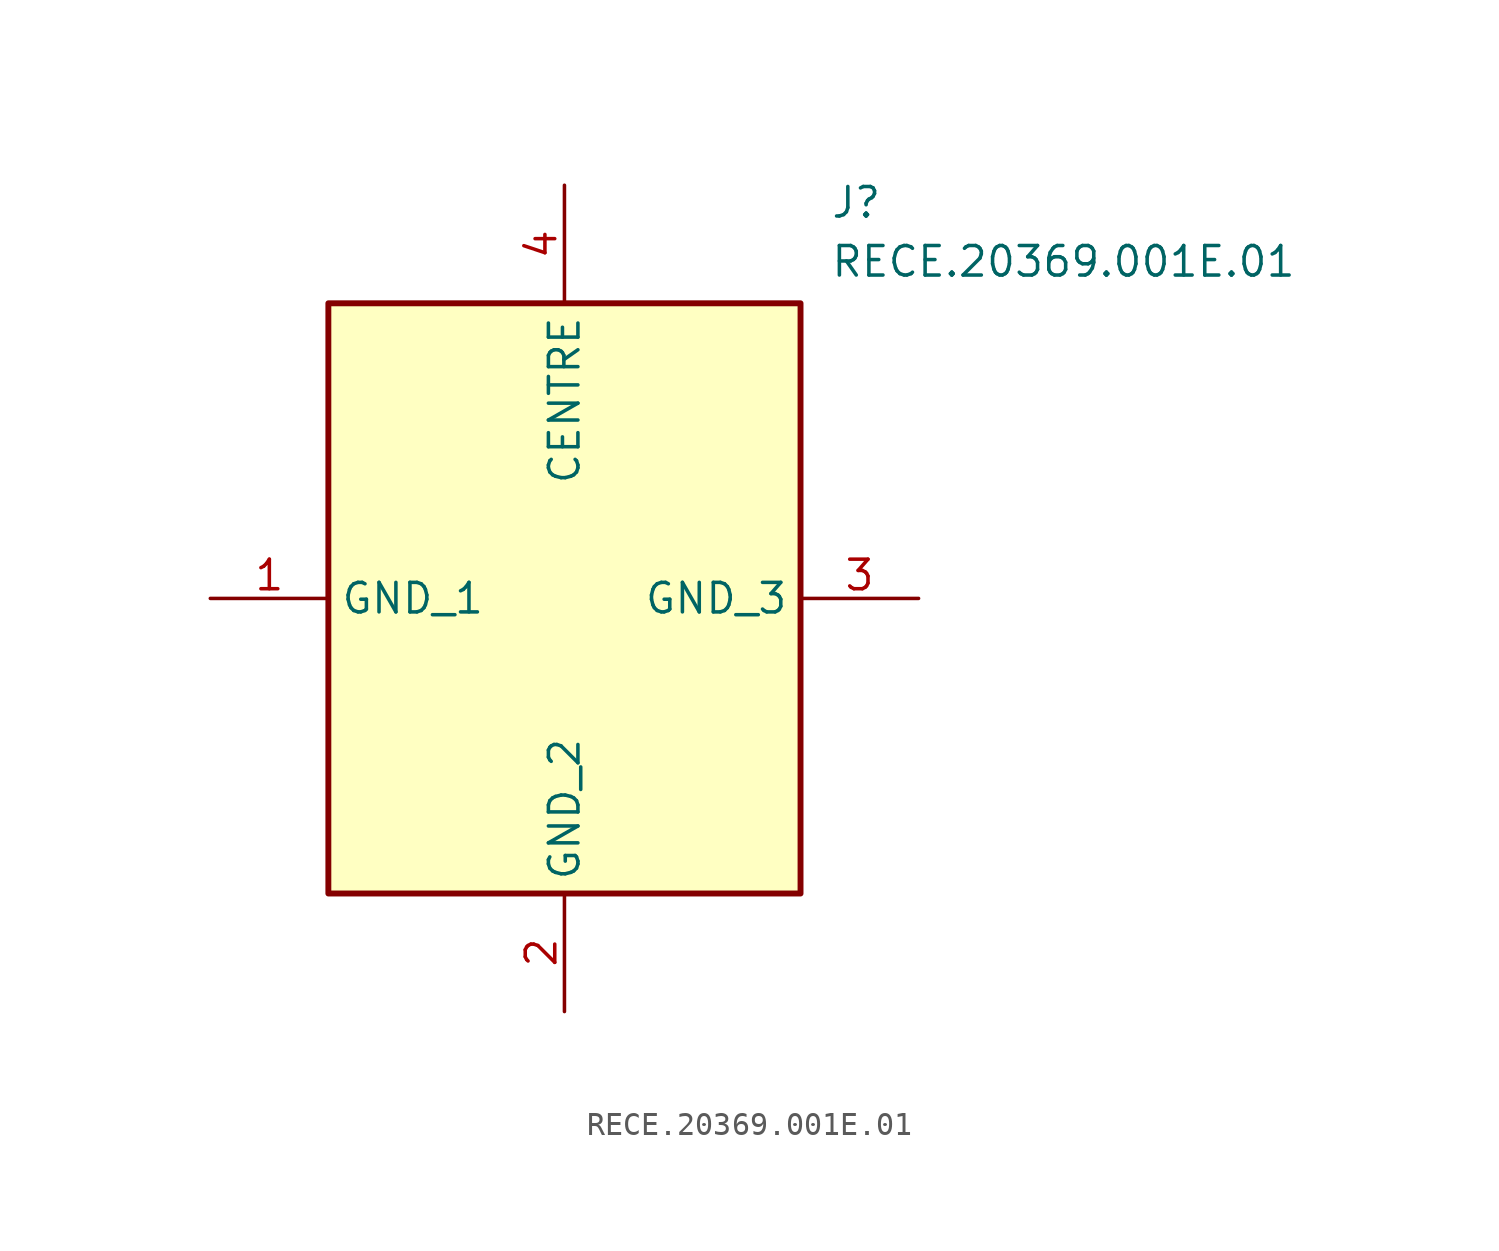
<source format=kicad_sym>
(kicad_symbol_lib
  (version 20211014)
  (generator SamacSys_ECAD_Model)
  (symbol "RECE.20369.001E.01"
    (property "Reference" "J"
      (at 26.67 17.78 0)
      (effects (font (size 1.27 1.27)) (justify left top)))
    (property "Value" "RECE.20369.001E.01"
      (at 26.67 15.24 0)
      (effects (font (size 1.27 1.27)) (justify left top)))
    (rectangle
      (start 5.08 12.7)
      (end 25.4 -12.7)
      (stroke (width 0.254) (type default))
      (fill (type background)))
    (pin passive line
      (at 0 0 0)
      (length 5.08)
      (name "GND_1" (effects (font (size 1.27 1.27))))
      (number "1" (effects (font (size 1.27 1.27)))))
    (pin passive line
      (at 15.24 -17.78 90)
      (length 5.08)
      (name "GND_2" (effects (font (size 1.27 1.27))))
      (number "2" (effects (font (size 1.27 1.27)))))
    (pin passive line
      (at 30.48 0 180)
      (length 5.08)
      (name "GND_3" (effects (font (size 1.27 1.27))))
      (number "3" (effects (font (size 1.27 1.27)))))
    (pin passive line
      (at 15.24 17.78 270)
      (length 5.08)
      (name "CENTRE" (effects (font (size 1.27 1.27))))
      (number "4" (effects (font (size 1.27 1.27)))))))
</source>
